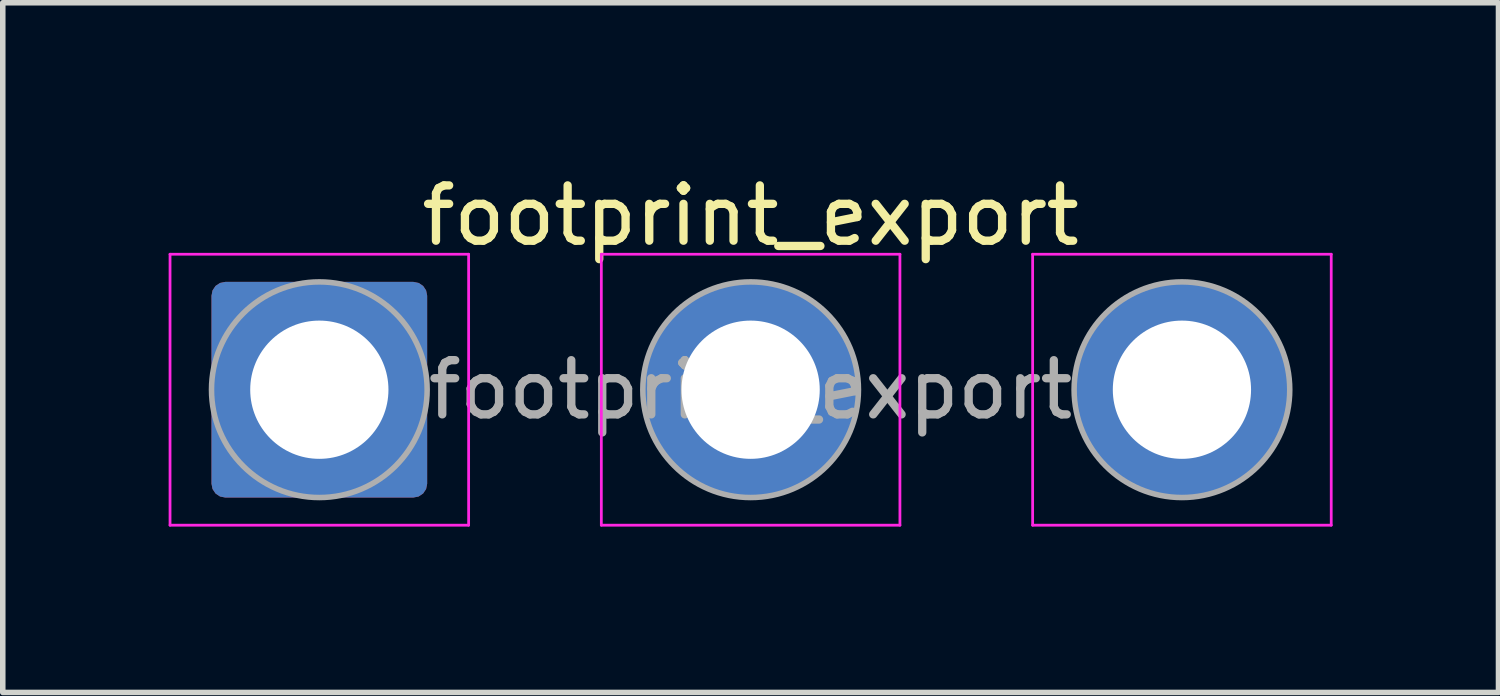
<source format=kicad_pcb>
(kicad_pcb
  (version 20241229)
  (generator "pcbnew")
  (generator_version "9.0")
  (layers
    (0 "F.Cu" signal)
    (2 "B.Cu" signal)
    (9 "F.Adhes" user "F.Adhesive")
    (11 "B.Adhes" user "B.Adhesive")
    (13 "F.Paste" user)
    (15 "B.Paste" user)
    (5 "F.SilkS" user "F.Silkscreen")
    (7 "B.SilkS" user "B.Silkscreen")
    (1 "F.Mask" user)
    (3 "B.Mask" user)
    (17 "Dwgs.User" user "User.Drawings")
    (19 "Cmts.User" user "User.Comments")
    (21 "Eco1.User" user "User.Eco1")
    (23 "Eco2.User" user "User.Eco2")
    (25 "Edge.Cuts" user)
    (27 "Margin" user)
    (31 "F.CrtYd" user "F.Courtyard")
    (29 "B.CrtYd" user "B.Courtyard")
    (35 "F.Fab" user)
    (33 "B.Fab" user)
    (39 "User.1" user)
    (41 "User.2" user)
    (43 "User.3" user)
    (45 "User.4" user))
  (footprint "footprint_export"
    (layer "F.Cu")
    (at 2.725 3.998)
    (property "Reference" "footprint_export" (at 7.8 -3.15 0) (layer "F.SilkS") (effects (font (size 1 1) (thickness 0.15))))
    (attr exclude_from_pos_files exclude_from_bom)
    (fp_line (start -2.7 -2.45) (end -2.7 2.45) (stroke (width 0.05) (type solid)) (layer "F.CrtYd"))
    (fp_line (start -2.7 2.45) (end 2.7 2.45) (stroke (width 0.05) (type solid)) (layer "F.CrtYd"))
    (fp_line (start 2.7 -2.45) (end -2.7 -2.45) (stroke (width 0.05) (type solid)) (layer "F.CrtYd"))
    (fp_line (start 2.7 2.45) (end 2.7 -2.45) (stroke (width 0.05) (type solid)) (layer "F.CrtYd"))
    (fp_line (start 5.1 -2.45) (end 5.1 2.45) (stroke (width 0.05) (type solid)) (layer "F.CrtYd"))
    (fp_line (start 5.1 2.45) (end 10.5 2.45) (stroke (width 0.05) (type solid)) (layer "F.CrtYd"))
    (fp_line (start 10.5 -2.45) (end 5.1 -2.45) (stroke (width 0.05) (type solid)) (layer "F.CrtYd"))
    (fp_line (start 10.5 2.45) (end 10.5 -2.45) (stroke (width 0.05) (type solid)) (layer "F.CrtYd"))
    (fp_line (start 12.9 -2.45) (end 12.9 2.45) (stroke (width 0.05) (type solid)) (layer "F.CrtYd"))
    (fp_line (start 12.9 2.45) (end 18.3 2.45) (stroke (width 0.05) (type solid)) (layer "F.CrtYd"))
    (fp_line (start 18.3 -2.45) (end 12.9 -2.45) (stroke (width 0.05) (type solid)) (layer "F.CrtYd"))
    (fp_line (start 18.3 2.45) (end 18.3 -2.45) (stroke (width 0.05) (type solid)) (layer "F.CrtYd"))
    (fp_circle (center 0 0) (end 1.95 0) (stroke (width 0.1) (type solid)) (fill no) (layer "F.Fab"))
    (fp_circle (center 7.8 0) (end 9.75 0) (stroke (width 0.1) (type solid)) (fill no) (layer "F.Fab"))
    (fp_circle (center 15.6 0) (end 17.55 0) (stroke (width 0.1) (type solid)) (fill no) (layer "F.Fab"))
    (fp_text user "${REFERENCE}" (at 7.8 0 0) (layer "F.Fab") (effects (font (size 0.98 0.98) (thickness 0.15))))
    (pad "1" thru_hole roundrect (at 0 0) (size 3.9 3.9) (drill 2.5) (layers "*.Cu" "*.Mask") (roundrect_rratio 0.064))
    (pad "2" thru_hole circle (at 7.8 0) (size 3.9 3.9) (drill 2.5) (layers "*.Cu" "*.Mask"))
    (pad "3" thru_hole circle (at 15.6 0) (size 3.9 3.9) (drill 2.5) (layers "*.Cu" "*.Mask")))
  (gr_rect
    (start -3 -3)
    (end 24.05 9.473)
    (stroke (width 0.1) (type default))
    (fill no)
    (layer "Edge.Cuts")))
</source>
